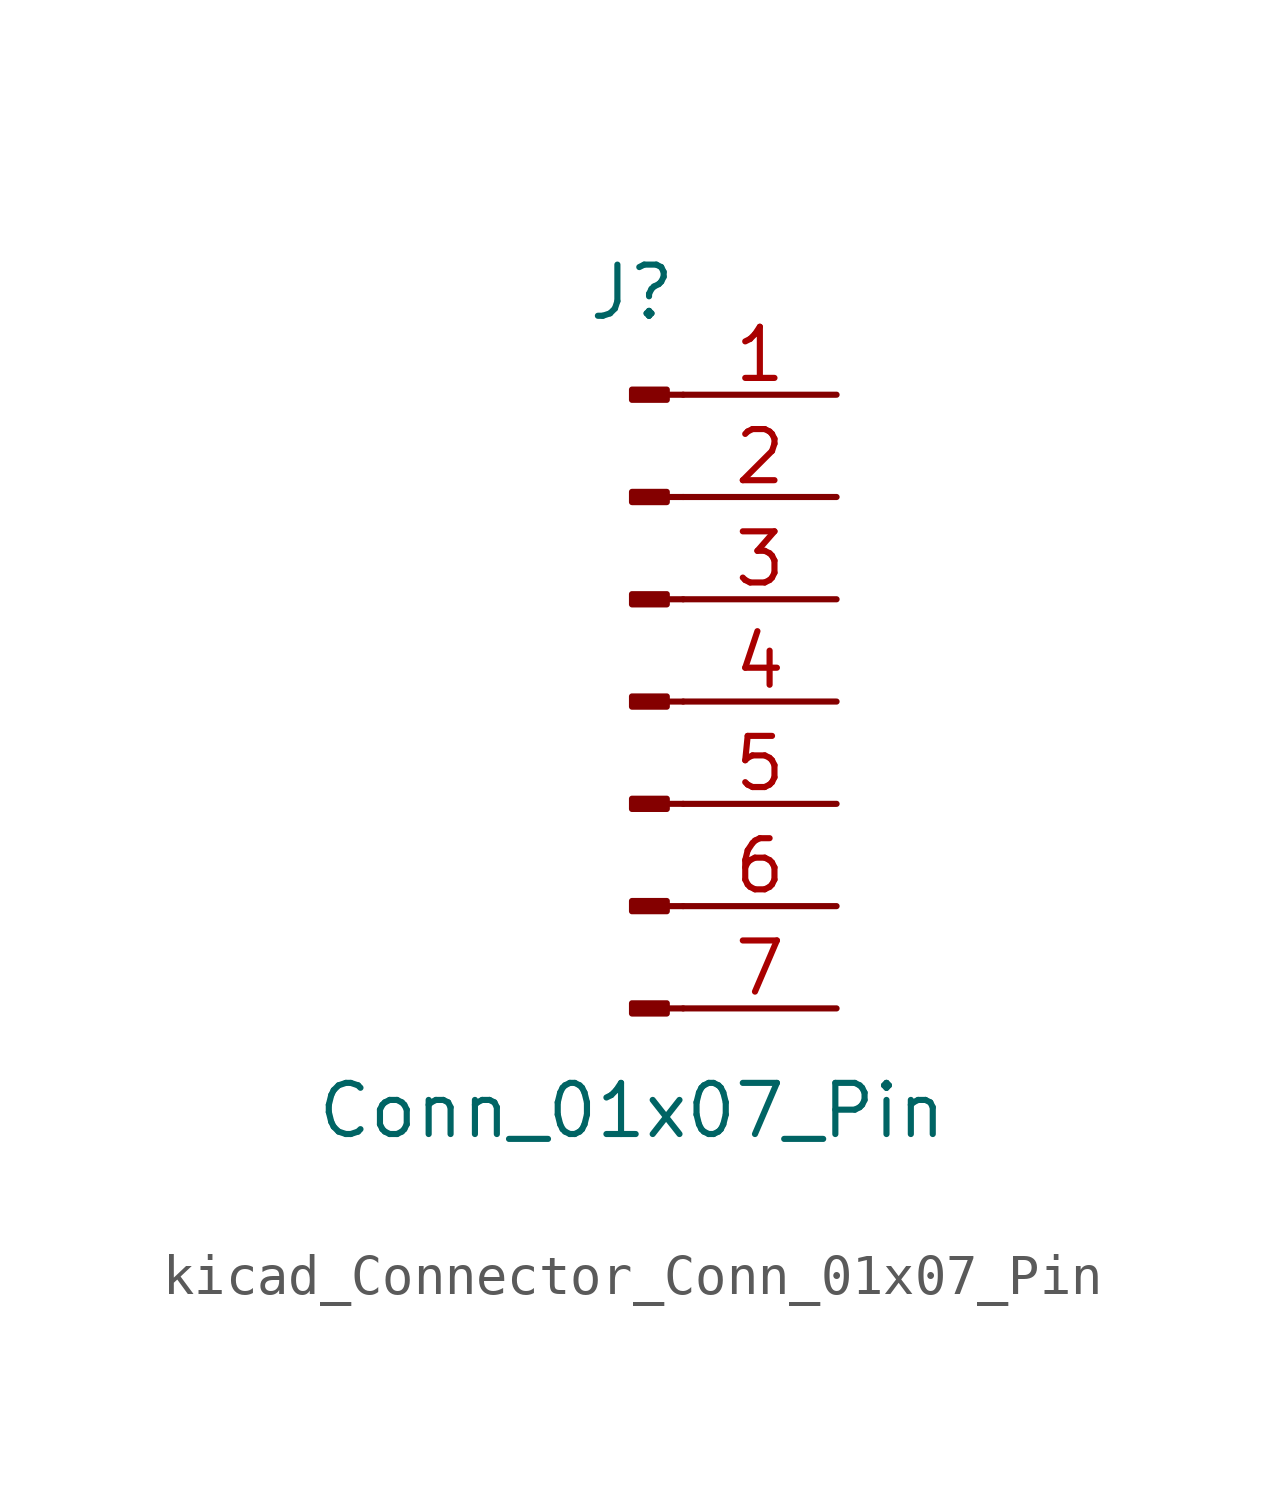
<source format=kicad_sym>
(kicad_symbol_lib
  (version 20220914)
  (generator kicad_symbol_editor)
  (symbol "kicad_Connector_Conn_01x07_Pin"
    (pin_names
      (offset 1.016) hide)
    (property "Reference" "J"
      (at 0 10.16 0)
      (effects (font (size 1.27 1.27))))
    (property "Value" "Conn_01x07_Pin"
      (at 0 -10.16 0)
      (effects (font (size 1.27 1.27))))
    (property "ki_locked" ""
      (at 0 0 0)
      (effects (font (size 1.27 1.27))))
    (symbol "kicad_Connector_Conn_01x07_Pin_1_1"
      (polyline (pts (xy 1.27 -7.62) (xy 0.864 -7.62)) (stroke (width 0.152) (type default)) (fill (type none)))
      (polyline (pts (xy 1.27 -5.08) (xy 0.864 -5.08)) (stroke (width 0.152) (type default)) (fill (type none)))
      (polyline (pts (xy 1.27 -2.54) (xy 0.864 -2.54)) (stroke (width 0.152) (type default)) (fill (type none)))
      (polyline (pts (xy 1.27 0) (xy 0.864 0)) (stroke (width 0.152) (type default)) (fill (type none)))
      (polyline (pts (xy 1.27 2.54) (xy 0.864 2.54)) (stroke (width 0.152) (type default)) (fill (type none)))
      (polyline (pts (xy 1.27 5.08) (xy 0.864 5.08)) (stroke (width 0.152) (type default)) (fill (type none)))
      (polyline (pts (xy 1.27 7.62) (xy 0.864 7.62)) (stroke (width 0.152) (type default)) (fill (type none)))
      (rectangle (start 0.864 -7.493) (end 0 -7.747) (stroke (width 0.152) (type default)) (fill (type outline)))
      (rectangle (start 0.864 -4.953) (end 0 -5.207) (stroke (width 0.152) (type default)) (fill (type outline)))
      (rectangle (start 0.864 -2.413) (end 0 -2.667) (stroke (width 0.152) (type default)) (fill (type outline)))
      (rectangle (start 0.864 0.127) (end 0 -0.127) (stroke (width 0.152) (type default)) (fill (type outline)))
      (rectangle (start 0.864 2.667) (end 0 2.413) (stroke (width 0.152) (type default)) (fill (type outline)))
      (rectangle (start 0.864 5.207) (end 0 4.953) (stroke (width 0.152) (type default)) (fill (type outline)))
      (rectangle (start 0.864 7.747) (end 0 7.493) (stroke (width 0.152) (type default)) (fill (type outline)))
      (pin passive line (at 5.08 7.62 180) (length 3.81) (name "Pin_1" (effects (font (size 1.27 1.27)))) (number "1" (effects (font (size 1.27 1.27)))))
      (pin passive line (at 5.08 5.08 180) (length 3.81) (name "Pin_2" (effects (font (size 1.27 1.27)))) (number "2" (effects (font (size 1.27 1.27)))))
      (pin passive line (at 5.08 2.54 180) (length 3.81) (name "Pin_3" (effects (font (size 1.27 1.27)))) (number "3" (effects (font (size 1.27 1.27)))))
      (pin passive line (at 5.08 0 180) (length 3.81) (name "Pin_4" (effects (font (size 1.27 1.27)))) (number "4" (effects (font (size 1.27 1.27)))))
      (pin passive line (at 5.08 -2.54 180) (length 3.81) (name "Pin_5" (effects (font (size 1.27 1.27)))) (number "5" (effects (font (size 1.27 1.27)))))
      (pin passive line (at 5.08 -5.08 180) (length 3.81) (name "Pin_6" (effects (font (size 1.27 1.27)))) (number "6" (effects (font (size 1.27 1.27)))))
      (pin passive line (at 5.08 -7.62 180) (length 3.81) (name "Pin_7" (effects (font (size 1.27 1.27)))) (number "7" (effects (font (size 1.27 1.27))))))))
</source>
